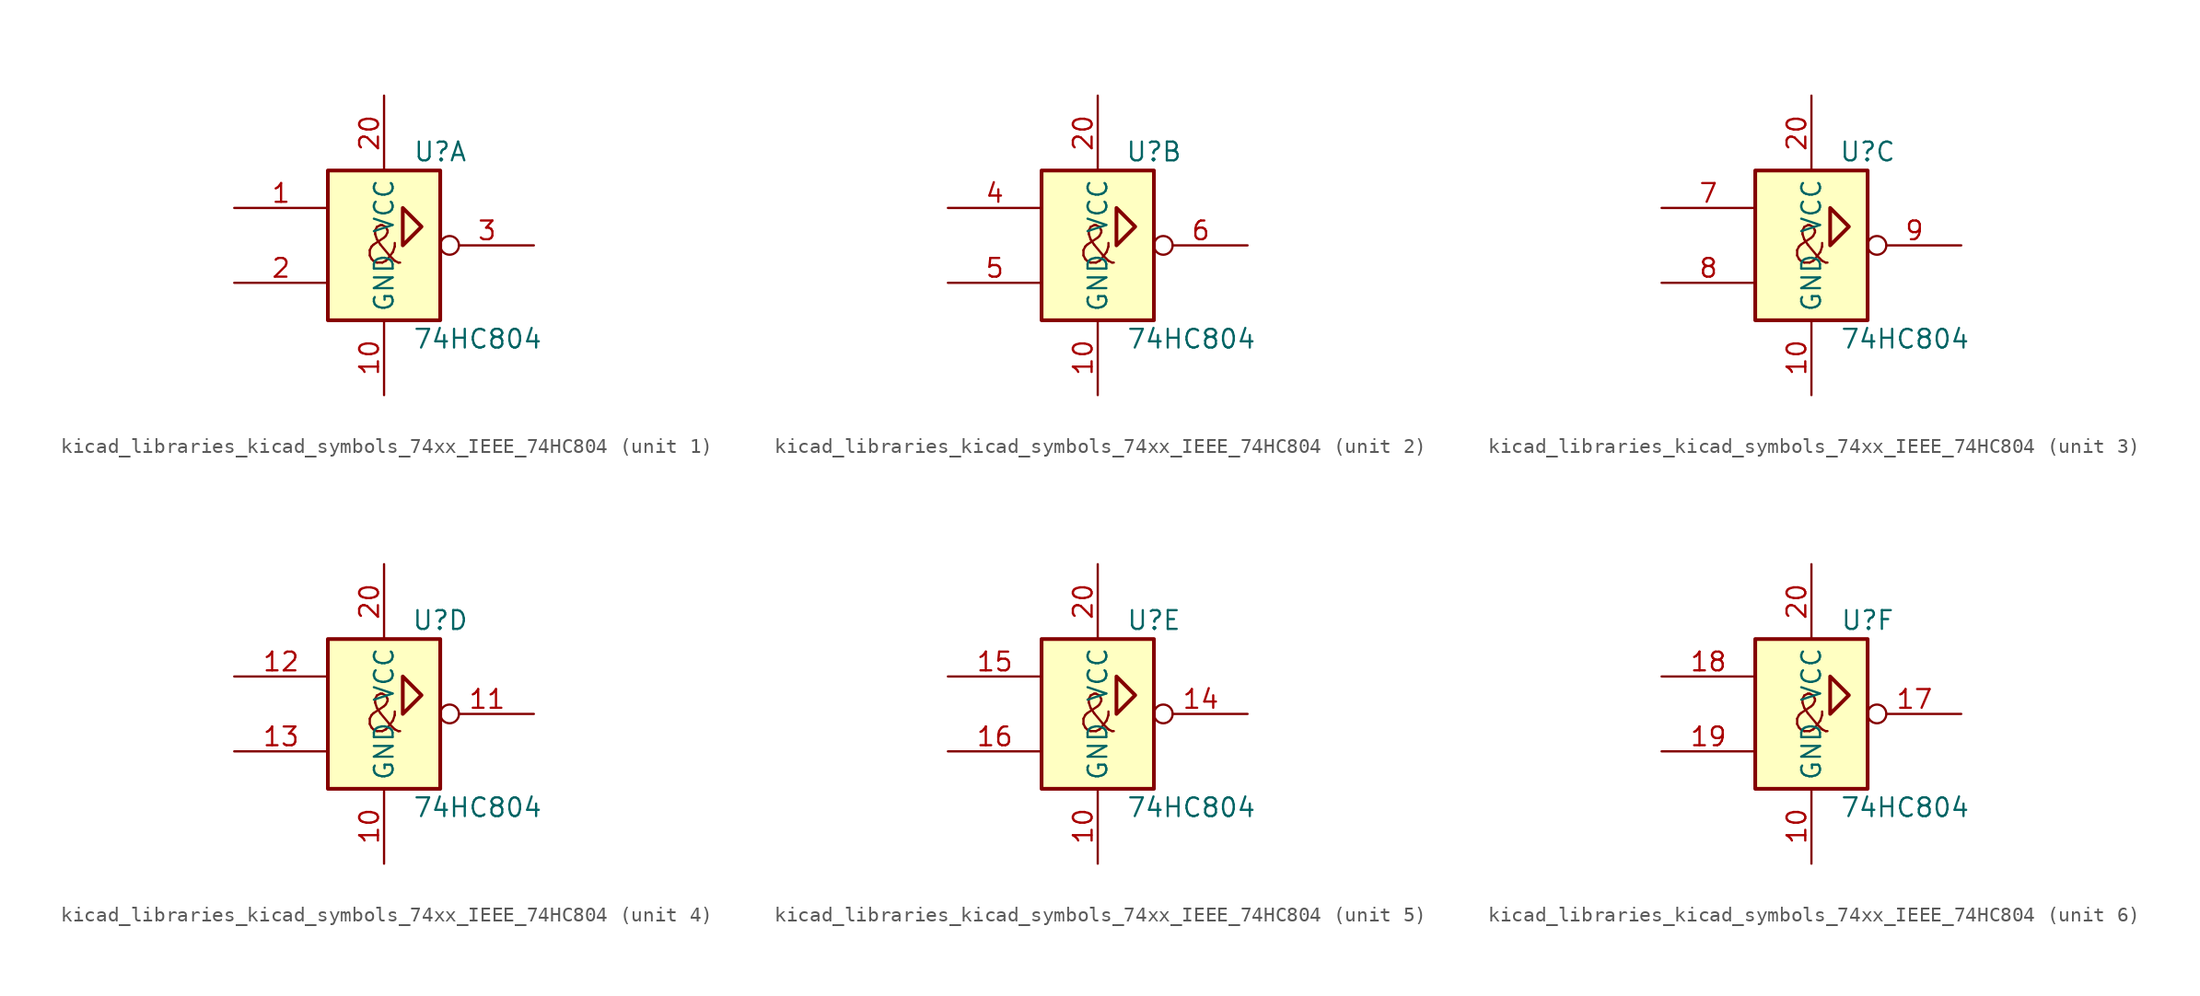
<source format=kicad_sym>
(kicad_symbol_lib
  (version 20220914)
  (generator kicad_symbol_editor)
  (symbol "kicad_libraries_kicad_symbols_74xx_IEEE_74HC804"
    (property "Reference" "U"
      (at 3.81 6.35 0)
      (effects (font (size 1.27 1.27))))
    (property "Value" "74HC804"
      (at 6.35 -6.35 0)
      (effects (font (size 1.27 1.27))))
    (symbol "kicad_libraries_kicad_symbols_74xx_IEEE_74HC804_0_1"
      (rectangle (start -3.81 5.08) (end 3.81 -5.08) (stroke (width 0.254) (type default)) (fill (type background)))
      (polyline (pts (xy 1.27 0) (xy 1.27 2.54) (xy 2.54 1.27) (xy 1.27 0) (xy 1.27 0)) (stroke (width 0.254) (type default)) (fill (type background)))
      (text "&" (at 0 0 0) (effects (font (size 2.54 2.54))))
      (pin power_in line (at 0 -10.16 90) (length 5.08) (name "GND" (effects (font (size 1.27 1.27)))) (number "10" (effects (font (size 1.27 1.27)))))
      (pin power_in line (at 0 10.16 270) (length 5.08) (name "VCC" (effects (font (size 1.27 1.27)))) (number "20" (effects (font (size 1.27 1.27))))))
    (symbol "kicad_libraries_kicad_symbols_74xx_IEEE_74HC804_1_1"
      (pin input line (at -10.16 2.54 0) (length 6.35) (name "~" (effects (font (size 1.27 1.27)))) (number "1" (effects (font (size 1.27 1.27)))))
      (pin input line (at -10.16 -2.54 0) (length 6.35) (name "~" (effects (font (size 1.27 1.27)))) (number "2" (effects (font (size 1.27 1.27)))))
      (pin output inverted (at 10.16 0 180) (length 6.35) (name "~" (effects (font (size 1.27 1.27)))) (number "3" (effects (font (size 1.27 1.27))))))
    (symbol "kicad_libraries_kicad_symbols_74xx_IEEE_74HC804_2_1"
      (pin input line (at -10.16 2.54 0) (length 6.35) (name "~" (effects (font (size 1.27 1.27)))) (number "4" (effects (font (size 1.27 1.27)))))
      (pin input line (at -10.16 -2.54 0) (length 6.35) (name "~" (effects (font (size 1.27 1.27)))) (number "5" (effects (font (size 1.27 1.27)))))
      (pin output inverted (at 10.16 0 180) (length 6.35) (name "~" (effects (font (size 1.27 1.27)))) (number "6" (effects (font (size 1.27 1.27))))))
    (symbol "kicad_libraries_kicad_symbols_74xx_IEEE_74HC804_3_1"
      (pin input line (at -10.16 2.54 0) (length 6.35) (name "~" (effects (font (size 1.27 1.27)))) (number "7" (effects (font (size 1.27 1.27)))))
      (pin input line (at -10.16 -2.54 0) (length 6.35) (name "~" (effects (font (size 1.27 1.27)))) (number "8" (effects (font (size 1.27 1.27)))))
      (pin output inverted (at 10.16 0 180) (length 6.35) (name "~" (effects (font (size 1.27 1.27)))) (number "9" (effects (font (size 1.27 1.27))))))
    (symbol "kicad_libraries_kicad_symbols_74xx_IEEE_74HC804_4_1"
      (pin output inverted (at 10.16 0 180) (length 6.35) (name "~" (effects (font (size 1.27 1.27)))) (number "11" (effects (font (size 1.27 1.27)))))
      (pin input line (at -10.16 2.54 0) (length 6.35) (name "~" (effects (font (size 1.27 1.27)))) (number "12" (effects (font (size 1.27 1.27)))))
      (pin input line (at -10.16 -2.54 0) (length 6.35) (name "~" (effects (font (size 1.27 1.27)))) (number "13" (effects (font (size 1.27 1.27))))))
    (symbol "kicad_libraries_kicad_symbols_74xx_IEEE_74HC804_5_1"
      (pin output inverted (at 10.16 0 180) (length 6.35) (name "~" (effects (font (size 1.27 1.27)))) (number "14" (effects (font (size 1.27 1.27)))))
      (pin input line (at -10.16 2.54 0) (length 6.35) (name "~" (effects (font (size 1.27 1.27)))) (number "15" (effects (font (size 1.27 1.27)))))
      (pin input line (at -10.16 -2.54 0) (length 6.35) (name "~" (effects (font (size 1.27 1.27)))) (number "16" (effects (font (size 1.27 1.27))))))
    (symbol "kicad_libraries_kicad_symbols_74xx_IEEE_74HC804_6_1"
      (pin output inverted (at 10.16 0 180) (length 6.35) (name "~" (effects (font (size 1.27 1.27)))) (number "17" (effects (font (size 1.27 1.27)))))
      (pin input line (at -10.16 2.54 0) (length 6.35) (name "~" (effects (font (size 1.27 1.27)))) (number "18" (effects (font (size 1.27 1.27)))))
      (pin input line (at -10.16 -2.54 0) (length 6.35) (name "~" (effects (font (size 1.27 1.27)))) (number "19" (effects (font (size 1.27 1.27))))))))
</source>
